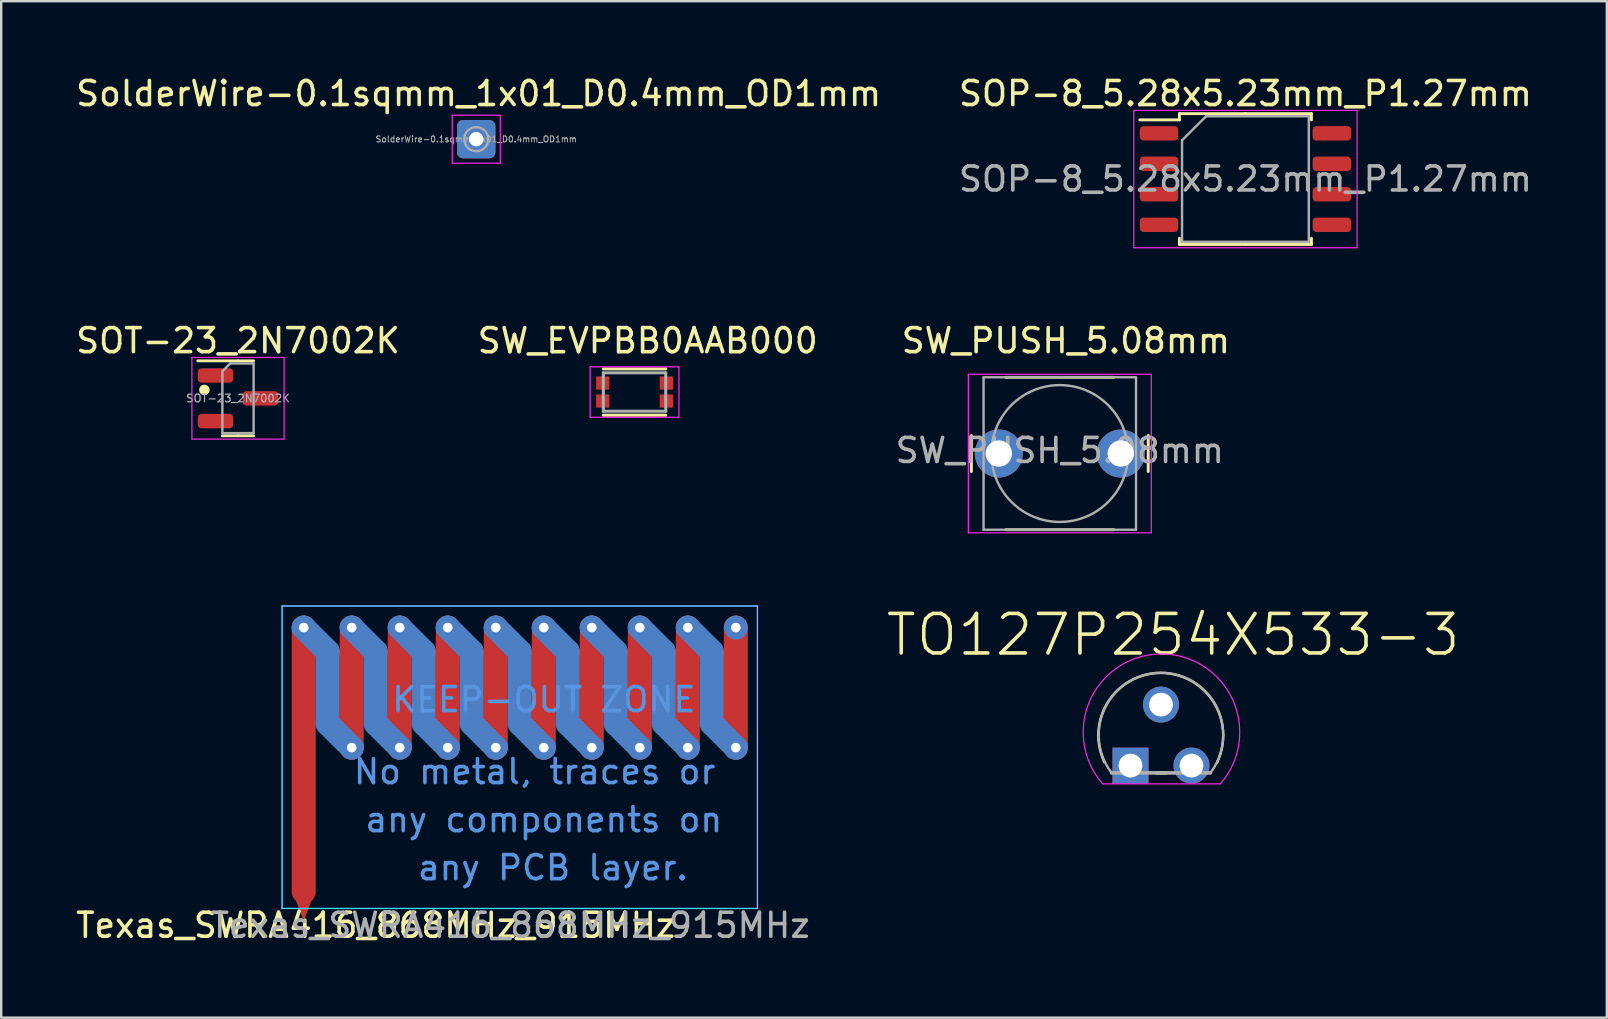
<source format=kicad_pcb>
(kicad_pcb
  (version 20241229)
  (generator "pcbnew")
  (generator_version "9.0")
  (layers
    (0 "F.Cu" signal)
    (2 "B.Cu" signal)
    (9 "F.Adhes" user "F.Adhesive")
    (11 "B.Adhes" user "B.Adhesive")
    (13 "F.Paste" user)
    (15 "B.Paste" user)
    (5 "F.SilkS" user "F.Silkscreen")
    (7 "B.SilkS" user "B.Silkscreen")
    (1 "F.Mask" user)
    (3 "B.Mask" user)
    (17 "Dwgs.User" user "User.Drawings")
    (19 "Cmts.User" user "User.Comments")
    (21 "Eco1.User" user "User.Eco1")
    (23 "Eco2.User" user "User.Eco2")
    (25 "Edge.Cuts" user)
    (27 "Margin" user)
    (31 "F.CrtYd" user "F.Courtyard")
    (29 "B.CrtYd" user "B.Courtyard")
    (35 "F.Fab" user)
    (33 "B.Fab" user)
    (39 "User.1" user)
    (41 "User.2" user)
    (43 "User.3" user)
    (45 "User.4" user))
  (footprint "SOP-8_5.28x5.23mm_P1.27mm"
    (layer "F.Cu")
    (at 48.827 4.408)
    (property "Reference" "SOP-8_5.28x5.23mm_P1.27mm" (at 0 -3.56 0) (layer "F.SilkS") (effects (font (size 1 1) (thickness 0.15))))
    (attr smd)
    (fp_line (start -2.75 -2.725) (end -2.75 -2.465) (stroke (width 0.12) (type solid)) (layer "F.SilkS"))
    (fp_line (start -2.75 -2.465) (end -4.4 -2.465) (stroke (width 0.12) (type solid)) (layer "F.SilkS"))
    (fp_line (start -2.75 2.725) (end -2.75 2.465) (stroke (width 0.12) (type solid)) (layer "F.SilkS"))
    (fp_line (start 0 -2.725) (end -2.75 -2.725) (stroke (width 0.12) (type solid)) (layer "F.SilkS"))
    (fp_line (start 0 -2.725) (end 2.75 -2.725) (stroke (width 0.12) (type solid)) (layer "F.SilkS"))
    (fp_line (start 0 2.725) (end -2.75 2.725) (stroke (width 0.12) (type solid)) (layer "F.SilkS"))
    (fp_line (start 0 2.725) (end 2.75 2.725) (stroke (width 0.12) (type solid)) (layer "F.SilkS"))
    (fp_line (start 2.75 -2.725) (end 2.75 -2.465) (stroke (width 0.12) (type solid)) (layer "F.SilkS"))
    (fp_line (start 2.75 2.725) (end 2.75 2.465) (stroke (width 0.12) (type solid)) (layer "F.SilkS"))
    (fp_line (start -4.65 -2.86) (end -4.65 2.86) (stroke (width 0.05) (type solid)) (layer "F.CrtYd"))
    (fp_line (start -4.65 2.86) (end 4.65 2.86) (stroke (width 0.05) (type solid)) (layer "F.CrtYd"))
    (fp_line (start 4.65 -2.86) (end -4.65 -2.86) (stroke (width 0.05) (type solid)) (layer "F.CrtYd"))
    (fp_line (start 4.65 2.86) (end 4.65 -2.86) (stroke (width 0.05) (type solid)) (layer "F.CrtYd"))
    (fp_line (start -2.64 -1.615) (end -1.64 -2.615) (stroke (width 0.1) (type solid)) (layer "F.Fab"))
    (fp_line (start -2.64 2.615) (end -2.64 -1.615) (stroke (width 0.1) (type solid)) (layer "F.Fab"))
    (fp_line (start -1.64 -2.615) (end 2.64 -2.615) (stroke (width 0.1) (type solid)) (layer "F.Fab"))
    (fp_line (start 2.64 -2.615) (end 2.64 2.615) (stroke (width 0.1) (type solid)) (layer "F.Fab"))
    (fp_line (start 2.64 2.615) (end -2.64 2.615) (stroke (width 0.1) (type solid)) (layer "F.Fab"))
    (fp_text user "${REFERENCE}" (at 0 0 0) (layer "F.Fab") (effects (font (size 1 1) (thickness 0.15))))
    (pad "1" smd roundrect (at -3.6 -1.905) (size 1.6 0.6) (layers "F.Cu" "F.Mask" "F.Paste") (roundrect_rratio 0.25))
    (pad "2" smd roundrect (at -3.6 -0.635) (size 1.6 0.6) (layers "F.Cu" "F.Mask" "F.Paste") (roundrect_rratio 0.25))
    (pad "3" smd roundrect (at -3.6 0.635) (size 1.6 0.6) (layers "F.Cu" "F.Mask" "F.Paste") (roundrect_rratio 0.25))
    (pad "4" smd roundrect (at -3.6 1.905) (size 1.6 0.6) (layers "F.Cu" "F.Mask" "F.Paste") (roundrect_rratio 0.25))
    (pad "5" smd roundrect (at 3.6 1.905) (size 1.6 0.6) (layers "F.Cu" "F.Mask" "F.Paste") (roundrect_rratio 0.25))
    (pad "6" smd roundrect (at 3.6 0.635) (size 1.6 0.6) (layers "F.Cu" "F.Mask" "F.Paste") (roundrect_rratio 0.25))
    (pad "7" smd roundrect (at 3.6 -0.635) (size 1.6 0.6) (layers "F.Cu" "F.Mask" "F.Paste") (roundrect_rratio 0.25))
    (pad "8" smd roundrect (at 3.6 -1.905) (size 1.6 0.6) (layers "F.Cu" "F.Mask" "F.Paste") (roundrect_rratio 0.25)))
  (footprint "SW_PUSH_5.08mm"
    (layer "F.Cu")
    (at 38.555 15.841)
    (property "Reference" "SW_PUSH_5.08mm" (at 2.794 -4.699 0) (layer "F.SilkS") (effects (font (size 1 1) (thickness 0.15))))
    (attr through_hole)
    (fp_line (start -1.143 -0.75) (end -1.143 0.75) (stroke (width 0.12) (type solid)) (layer "F.SilkS"))
    (fp_line (start 0.29 3.175) (end 4.79 3.175) (stroke (width 0.12) (type solid)) (layer "F.SilkS"))
    (fp_line (start 4.79 -3.175) (end 0.29 -3.175) (stroke (width 0.12) (type solid)) (layer "F.SilkS"))
    (fp_line (start 6.223 0.75) (end 6.223 -0.75) (stroke (width 0.12) (type solid)) (layer "F.SilkS"))
    (fp_line (start -1.27 -3.302) (end -1.27 3.302) (stroke (width 0.05) (type default)) (layer "F.CrtYd"))
    (fp_line (start -1.27 3.302) (end 6.35 3.302) (stroke (width 0.05) (type default)) (layer "F.CrtYd"))
    (fp_line (start 6.35 -3.302) (end -1.27 -3.302) (stroke (width 0.05) (type default)) (layer "F.CrtYd"))
    (fp_line (start 6.35 3.302) (end 6.35 -3.302) (stroke (width 0.05) (type default)) (layer "F.CrtYd"))
    (fp_line (start -0.635 -3.175) (end 5.715 -3.175) (stroke (width 0.1) (type solid)) (layer "F.Fab"))
    (fp_line (start -0.635 3.175) (end -0.635 -3.175) (stroke (width 0.1) (type solid)) (layer "F.Fab"))
    (fp_line (start 5.715 -3.175) (end 5.715 3.175) (stroke (width 0.1) (type solid)) (layer "F.Fab"))
    (fp_line (start 5.715 3.175) (end -0.635 3.175) (stroke (width 0.1) (type solid)) (layer "F.Fab"))
    (fp_circle (center 2.54 0) (end 5.39 0) (stroke (width 0.1) (type solid)) (fill no) (layer "F.Fab"))
    (fp_text user "${REFERENCE}" (at 2.54 -0.127 0) (layer "F.Fab") (effects (font (size 1 1) (thickness 0.15))))
    (pad "1" thru_hole circle (at 0 0 90) (size 2 2) (drill 1.1) (layers "*.Cu" "*.Mask"))
    (pad "2" thru_hole circle (at 5.08 0 90) (size 2 2) (drill 1.1) (layers "*.Cu" "*.Mask")))
  (footprint "SolderWire-0.1sqmm_1x01_D0.4mm_OD1mm"
    (layer "F.Cu")
    (at 16.787 2.748)
    (property "Reference" "SolderWire-0.1sqmm_1x01_D0.4mm_OD1mm" (at 0.1 -1.9 0) (layer "F.SilkS") (effects (font (size 1 1) (thickness 0.15))))
    (attr exclude_from_pos_files exclude_from_bom)
    (fp_line (start -1 -1) (end -1 1) (stroke (width 0.05) (type solid)) (layer "F.CrtYd"))
    (fp_line (start -1 1) (end 1 1) (stroke (width 0.05) (type solid)) (layer "F.CrtYd"))
    (fp_line (start 1 -1) (end -1 -1) (stroke (width 0.05) (type solid)) (layer "F.CrtYd"))
    (fp_line (start 1 1) (end 1 -1) (stroke (width 0.05) (type solid)) (layer "F.CrtYd"))
    (fp_circle (center 0 0) (end 0.5 0) (stroke (width 0.1) (type solid)) (fill no) (layer "F.Fab"))
    (fp_text user "${REFERENCE}" (at 0 0 0) (layer "F.Fab") (effects (font (size 0.25 0.25) (thickness 0.04))))
    (pad "1" thru_hole roundrect (at 0 0) (size 1.6 1.6) (drill 0.6) (layers "*.Cu" "*.Mask") (roundrect_rratio 0.156)))
  (footprint "SW_EVPBB0AAB000"
    (layer "F.Cu")
    (at 23.381 13.28)
    (property "Reference" "SW_EVPBB0AAB000" (at 0.551 -2.138 0) (layer "F.SilkS") (effects (font (size 1.001 1.001) (thickness 0.15))))
    (attr smd)
    (fp_line (start -1.3 -0.964) (end 1.3 -0.964) (stroke (width 0.127) (type solid)) (layer "F.SilkS"))
    (fp_line (start -1.3 0.964) (end 1.3 0.964) (stroke (width 0.127) (type solid)) (layer "F.SilkS"))
    (fp_poly (pts (xy -1.55 -0.6) (xy -1.1 -0.6) (xy -1.1 -0.15) (xy -1.55 -0.15)) (stroke (width 0.01) (type solid)) (fill yes) (layer "F.Paste"))
    (fp_poly (pts (xy -1.55 0.15) (xy -1.1 0.15) (xy -1.1 0.6) (xy -1.55 0.6)) (stroke (width 0.01) (type solid)) (fill yes) (layer "F.Paste"))
    (fp_poly (pts (xy 1.1 -0.6) (xy 1.55 -0.6) (xy 1.55 -0.15) (xy 1.1 -0.15)) (stroke (width 0.01) (type solid)) (fill yes) (layer "F.Paste"))
    (fp_poly (pts (xy 1.1 0.15) (xy 1.55 0.15) (xy 1.55 0.6) (xy 1.1 0.6)) (stroke (width 0.01) (type solid)) (fill yes) (layer "F.Paste"))
    (fp_line (start -1.85 -1.05) (end 1.85 -1.05) (stroke (width 0.05) (type solid)) (layer "F.CrtYd"))
    (fp_line (start -1.85 1.05) (end -1.85 -1.05) (stroke (width 0.05) (type solid)) (layer "F.CrtYd"))
    (fp_line (start 1.85 -1.05) (end 1.85 1.05) (stroke (width 0.05) (type solid)) (layer "F.CrtYd"))
    (fp_line (start 1.85 1.05) (end -1.85 1.05) (stroke (width 0.05) (type solid)) (layer "F.CrtYd"))
    (fp_line (start -1.3 -0.8) (end 1.3 -0.8) (stroke (width 0.127) (type solid)) (layer "F.Fab"))
    (fp_line (start -1.3 0.8) (end -1.3 -0.8) (stroke (width 0.127) (type solid)) (layer "F.Fab"))
    (fp_line (start 1.3 -0.8) (end 1.3 0.8) (stroke (width 0.127) (type solid)) (layer "F.Fab"))
    (fp_line (start 1.3 0.8) (end -1.3 0.8) (stroke (width 0.127) (type solid)) (layer "F.Fab"))
    (pad "A1" smd rect (at -1.325 -0.375) (size 0.55 0.55) (layers "F.Cu" "F.Mask"))
    (pad "A2" smd rect (at -1.325 0.375) (size 0.55 0.55) (layers "F.Cu" "F.Mask"))
    (pad "B1" smd rect (at 1.325 -0.375) (size 0.55 0.55) (layers "F.Cu" "F.Mask"))
    (pad "B2" smd rect (at 1.325 0.375) (size 0.55 0.55) (layers "F.Cu" "F.Mask"))
    (zone (net_name "") (layer "F.Cu") (hatch full 0.508) (connect_pads) (min_thickness 0.01) (filled_areas_thickness no) (keepout (tracks not_allowed) (vias not_allowed) (pads not_allowed) (copperpour not_allowed) (footprints allowed)) (placement (enabled no)) (fill) (polygon (pts (xy 22.379 12.48) (xy 24.381 12.48) (xy 24.381 14.082) (xy 22.379 14.082)))))
  (footprint "Texas_SWRA416_868MHz_915MHz"
    (layer "F.Cu")
    (at 18.601 28.892)
    (property "Reference" "Texas_SWRA416_868MHz_915MHz" (at -6 6.6 0) (layer "F.SilkS") (effects (font (size 1 1) (thickness 0.15))))
    (attr exclude_from_bom dnp)
    (fp_line (start -9 5.2) (end -9 -5.8) (stroke (width 1) (type solid)) (layer "F.Cu"))
    (fp_line (start -7 -5.8) (end -7 -0.8) (stroke (width 1) (type solid)) (layer "F.Cu"))
    (fp_line (start -5 -5.8) (end -5 -0.8) (stroke (width 1) (type solid)) (layer "F.Cu"))
    (fp_line (start -3 -5.8) (end -3 -0.8) (stroke (width 1) (type solid)) (layer "F.Cu"))
    (fp_line (start -1 -5.8) (end -1 -0.8) (stroke (width 1) (type solid)) (layer "F.Cu"))
    (fp_line (start 1 -5.8) (end 1 -0.8) (stroke (width 1) (type solid)) (layer "F.Cu"))
    (fp_line (start 3 -5.8) (end 3 -0.8) (stroke (width 1) (type solid)) (layer "F.Cu"))
    (fp_line (start 5 -5.8) (end 5 -0.8) (stroke (width 1) (type solid)) (layer "F.Cu"))
    (fp_line (start 7 -5.8) (end 7 -0.8) (stroke (width 1) (type solid)) (layer "F.Cu"))
    (fp_line (start 9 -5.8) (end 9 -0.8) (stroke (width 1) (type solid)) (layer "F.Cu"))
    (fp_line (start -9 -5.8) (end -8 -4.8) (stroke (width 1) (type solid)) (layer "B.Cu"))
    (fp_line (start -8 -4.8) (end -8 -1.8) (stroke (width 1) (type solid)) (layer "B.Cu"))
    (fp_line (start -8 -1.8) (end -7 -0.8) (stroke (width 1) (type solid)) (layer "B.Cu"))
    (fp_line (start -7 -5.8) (end -6 -4.8) (stroke (width 1) (type solid)) (layer "B.Cu"))
    (fp_line (start -6 -4.8) (end -6 -1.8) (stroke (width 1) (type solid)) (layer "B.Cu"))
    (fp_line (start -6 -1.8) (end -5 -0.8) (stroke (width 1) (type solid)) (layer "B.Cu"))
    (fp_line (start -5 -5.8) (end -4 -4.8) (stroke (width 1) (type solid)) (layer "B.Cu"))
    (fp_line (start -4 -4.8) (end -4 -1.8) (stroke (width 1) (type solid)) (layer "B.Cu"))
    (fp_line (start -4 -1.8) (end -3 -0.8) (stroke (width 1) (type solid)) (layer "B.Cu"))
    (fp_line (start -3 -5.8) (end -2 -4.8) (stroke (width 1) (type solid)) (layer "B.Cu"))
    (fp_line (start -2 -4.8) (end -2 -1.8) (stroke (width 1) (type solid)) (layer "B.Cu"))
    (fp_line (start -2 -1.8) (end -1 -0.8) (stroke (width 1) (type solid)) (layer "B.Cu"))
    (fp_line (start -1 -5.8) (end 0 -4.8) (stroke (width 1) (type solid)) (layer "B.Cu"))
    (fp_line (start 0 -4.8) (end 0 -1.8) (stroke (width 1) (type solid)) (layer "B.Cu"))
    (fp_line (start 0 -1.8) (end 1 -0.8) (stroke (width 1) (type solid)) (layer "B.Cu"))
    (fp_line (start 1 -5.8) (end 2 -4.8) (stroke (width 1) (type solid)) (layer "B.Cu"))
    (fp_line (start 2 -4.8) (end 2 -1.8) (stroke (width 1) (type solid)) (layer "B.Cu"))
    (fp_line (start 2 -1.8) (end 3 -0.8) (stroke (width 1) (type solid)) (layer "B.Cu"))
    (fp_line (start 3 -5.8) (end 4 -4.8) (stroke (width 1) (type solid)) (layer "B.Cu"))
    (fp_line (start 4 -4.8) (end 4 -1.8) (stroke (width 1) (type solid)) (layer "B.Cu"))
    (fp_line (start 4 -1.8) (end 5 -0.8) (stroke (width 1) (type solid)) (layer "B.Cu"))
    (fp_line (start 5 -5.8) (end 6 -4.8) (stroke (width 1) (type solid)) (layer "B.Cu"))
    (fp_line (start 6 -4.8) (end 6 -1.8) (stroke (width 1) (type solid)) (layer "B.Cu"))
    (fp_line (start 6 -1.8) (end 7 -0.8) (stroke (width 1) (type solid)) (layer "B.Cu"))
    (fp_line (start 7 -5.8) (end 8 -4.8) (stroke (width 1) (type solid)) (layer "B.Cu"))
    (fp_line (start 8 -4.8) (end 8 -1.8) (stroke (width 1) (type solid)) (layer "B.Cu"))
    (fp_line (start 8 -1.8) (end 9 -0.8) (stroke (width 1) (type solid)) (layer "B.Cu"))
    (fp_line (start -9.9 -6.7) (end -9.9 5.9) (stroke (width 0.05) (type solid)) (layer "B.CrtYd"))
    (fp_line (start -9.9 5.9) (end 9.9 5.9) (stroke (width 0.05) (type solid)) (layer "B.CrtYd"))
    (fp_line (start 9.9 -6.7) (end -9.9 -6.7) (stroke (width 0.05) (type solid)) (layer "B.CrtYd"))
    (fp_line (start 9.9 5.9) (end 9.9 -6.7) (stroke (width 0.05) (type solid)) (layer "B.CrtYd"))
    (fp_line (start -9.9 -6.7) (end -9.9 5.9) (stroke (width 0.05) (type solid)) (layer "F.CrtYd"))
    (fp_line (start -9.9 5.9) (end 9.9 5.9) (stroke (width 0.05) (type solid)) (layer "F.CrtYd"))
    (fp_line (start 9.9 -6.7) (end -9.9 -6.7) (stroke (width 0.05) (type solid)) (layer "F.CrtYd"))
    (fp_line (start 9.9 5.9) (end 9.9 -6.7) (stroke (width 0.05) (type solid)) (layer "F.CrtYd"))
    (fp_text user "KEEP-OUT ZONE" (at 1 -2.8 0) (layer "Cmts.User") (effects (font (size 1 1) (thickness 0.15))))
    (fp_text user " any PCB layer." (at 1 4.2 0) (layer "Cmts.User") (effects (font (size 1 1) (thickness 0.15))))
    (fp_text user "No metal, traces or " (at 1 0.2 0) (layer "Cmts.User") (effects (font (size 1 1) (thickness 0.15))))
    (fp_text user "any components on" (at 1 2.2 0) (layer "Cmts.User") (effects (font (size 1 1) (thickness 0.15))))
    (fp_text user "${REFERENCE}" (at -0.4 6.6 0) (layer "F.Fab") (effects (font (size 1 1) (thickness 0.15))))
    (pad "" thru_hole circle (at -9 -5.8 180) (size 1 1) (drill 0.4) (layers "*.Cu"))
    (pad "" thru_hole circle (at -7 -5.8 180) (size 1 1) (drill 0.4) (layers "*.Cu"))
    (pad "" thru_hole circle (at -7 -0.8 180) (size 1 1) (drill 0.4) (layers "*.Cu"))
    (pad "" thru_hole circle (at -5 -5.8 180) (size 1 1) (drill 0.4) (layers "*.Cu"))
    (pad "" thru_hole circle (at -5 -0.8 180) (size 1 1) (drill 0.4) (layers "*.Cu"))
    (pad "" thru_hole circle (at -3 -5.8 180) (size 1 1) (drill 0.4) (layers "*.Cu"))
    (pad "" thru_hole circle (at -3 -0.8 180) (size 1 1) (drill 0.4) (layers "*.Cu"))
    (pad "" thru_hole circle (at -1 -5.8 180) (size 1 1) (drill 0.4) (layers "*.Cu"))
    (pad "" thru_hole circle (at -1 -0.8 180) (size 1 1) (drill 0.4) (layers "*.Cu"))
    (pad "" thru_hole circle (at 1 -5.8 180) (size 1 1) (drill 0.4) (layers "*.Cu"))
    (pad "" thru_hole circle (at 1 -0.8 180) (size 1 1) (drill 0.4) (layers "*.Cu"))
    (pad "" thru_hole circle (at 3 -5.8 180) (size 1 1) (drill 0.4) (layers "*.Cu"))
    (pad "" thru_hole circle (at 3 -0.8 180) (size 1 1) (drill 0.4) (layers "*.Cu"))
    (pad "" thru_hole circle (at 5 -5.8 180) (size 1 1) (drill 0.4) (layers "*.Cu"))
    (pad "" thru_hole circle (at 5 -0.8 180) (size 1 1) (drill 0.4) (layers "*.Cu"))
    (pad "" thru_hole circle (at 7 -5.8 180) (size 1 1) (drill 0.4) (layers "*.Cu"))
    (pad "" thru_hole circle (at 7 -0.8 180) (size 1 1) (drill 0.4) (layers "*.Cu"))
    (pad "" thru_hole circle (at 9 -5.8 180) (size 1 1) (drill 0.4) (layers "*.Cu"))
    (pad "" thru_hole circle (at 9 -0.8 180) (size 1 1) (drill 0.4) (layers "*.Cu"))
    (pad "1" smd trapezoid (at -9 5.9 180) (size 0.4 0.8) (rect_delta 0 0.3) (layers "F.Cu"))
    (zone (net_name "") (layer "F.Cu") (hatch full 0.508) (connect_pads) (min_thickness 0.254) (filled_areas_thickness no) (keepout (tracks allowed) (vias allowed) (pads allowed) (copperpour not_allowed) (footprints not_allowed)) (placement (enabled no)) (fill) (polygon (pts (xy 8.901 34.593) (xy 28.301 34.593) (xy 28.301 22.392) (xy 8.901 22.392)))))
  (footprint "TO127P254X533-3"
    (layer "F.Cu")
    (at 46.58 26.3)
    (property "Reference" "TO127P254X533-3" (at -0.765 -2.906 0) (layer "F.SilkS") (effects (font (size 1.646 1.646) (thickness 0.15))))
    (attr through_hole)
    (fp_line (start -1.448 2.845) (end -1.041 2.845) (stroke (width 0.152) (type solid)) (layer "F.SilkS"))
    (fp_arc (start -3.6322 2.3876) (mid -1.85195 -1.256855) (end 1.3208 1.27) (stroke (width 0.1) (type solid)) (layer "F.SilkS"))
    (fp_arc (start 1.3208 1.27) (mid 1.256389 1.855409) (end 1.0668 2.413) (stroke (width 0.1) (type solid)) (layer "F.SilkS"))
    (fp_line (start -3.7 3.3) (end 1.2 3.3) (stroke (width 0.05) (type solid)) (layer "F.CrtYd"))
    (fp_arc (start -3.699999 3.299999) (mid -1.25 -2.1096) (end 1.199999 3.299999) (stroke (width 0.05) (type solid)) (layer "F.CrtYd"))
    (fp_line (start -3.327 2.845) (end 0.787 2.845) (stroke (width 0.152) (type solid)) (layer "F.Fab"))
    (fp_arc (start -3.3274 2.844799) (mid -1.27 -1.327195) (end 0.7874 2.8448) (stroke (width 0.1) (type solid)) (layer "F.Fab"))
    (pad "1" thru_hole rect (at -2.54 2.54) (size 1.499 1.499) (drill 0.991) (layers "*.Cu" "*.Mask"))
    (pad "2" thru_hole circle (at -1.27 0) (size 1.499 1.499) (drill 0.991) (layers "*.Cu" "*.Mask"))
    (pad "3" thru_hole circle (at 0 2.54) (size 1.499 1.499) (drill 0.991) (layers "*.Cu" "*.Mask")))
  (footprint "SOT-23_2N7002K"
    (layer "F.Cu")
    (at 6.863 13.541)
    (property "Reference" "SOT-23_2N7002K" (at 0 -2.4 0) (layer "F.SilkS") (effects (font (size 1 1) (thickness 0.15))))
    (attr smd)
    (fp_line (start 0 -1.56) (end -1.675 -1.56) (stroke (width 0.12) (type solid)) (layer "F.SilkS"))
    (fp_line (start 0 -1.56) (end 0.65 -1.56) (stroke (width 0.12) (type solid)) (layer "F.SilkS"))
    (fp_line (start 0 1.56) (end -0.65 1.56) (stroke (width 0.12) (type solid)) (layer "F.SilkS"))
    (fp_line (start 0 1.56) (end 0.65 1.56) (stroke (width 0.12) (type solid)) (layer "F.SilkS"))
    (fp_circle (center -1.4 -0.35) (end -1.242 -0.35) (stroke (width 0.12) (type solid)) (fill yes) (layer "F.SilkS"))
    (fp_line (start -1.92 -1.7) (end -1.92 1.7) (stroke (width 0.05) (type solid)) (layer "F.CrtYd"))
    (fp_line (start -1.92 1.7) (end 1.92 1.7) (stroke (width 0.05) (type solid)) (layer "F.CrtYd"))
    (fp_line (start 1.92 -1.7) (end -1.92 -1.7) (stroke (width 0.05) (type solid)) (layer "F.CrtYd"))
    (fp_line (start 1.92 1.7) (end 1.92 -1.7) (stroke (width 0.05) (type solid)) (layer "F.CrtYd"))
    (fp_line (start -0.65 -1.125) (end -0.325 -1.45) (stroke (width 0.1) (type solid)) (layer "F.Fab"))
    (fp_line (start -0.65 1.45) (end -0.65 -1.125) (stroke (width 0.1) (type solid)) (layer "F.Fab"))
    (fp_line (start -0.325 -1.45) (end 0.65 -1.45) (stroke (width 0.1) (type solid)) (layer "F.Fab"))
    (fp_line (start 0.65 -1.45) (end 0.65 1.45) (stroke (width 0.1) (type solid)) (layer "F.Fab"))
    (fp_line (start 0.65 1.45) (end -0.65 1.45) (stroke (width 0.1) (type solid)) (layer "F.Fab"))
    (fp_text user "${REFERENCE}" (at 0 0 0) (layer "F.Fab") (effects (font (size 0.32 0.32) (thickness 0.05))))
    (pad "1" smd roundrect (at -0.938 -0.95) (size 1.475 0.6) (layers "F.Cu" "F.Mask" "F.Paste") (roundrect_rratio 0.25))
    (pad "2" smd roundrect (at -0.938 0.95) (size 1.475 0.6) (layers "F.Cu" "F.Mask" "F.Paste") (roundrect_rratio 0.25))
    (pad "3" smd roundrect (at 0.938 0) (size 1.475 0.6) (layers "F.Cu" "F.Mask" "F.Paste") (roundrect_rratio 0.25)))
  (gr_rect
    (start -3 -3)
    (end 63.881 39.341)
    (stroke (width 0.1) (type default))
    (fill no)
    (layer "Edge.Cuts")))
</source>
